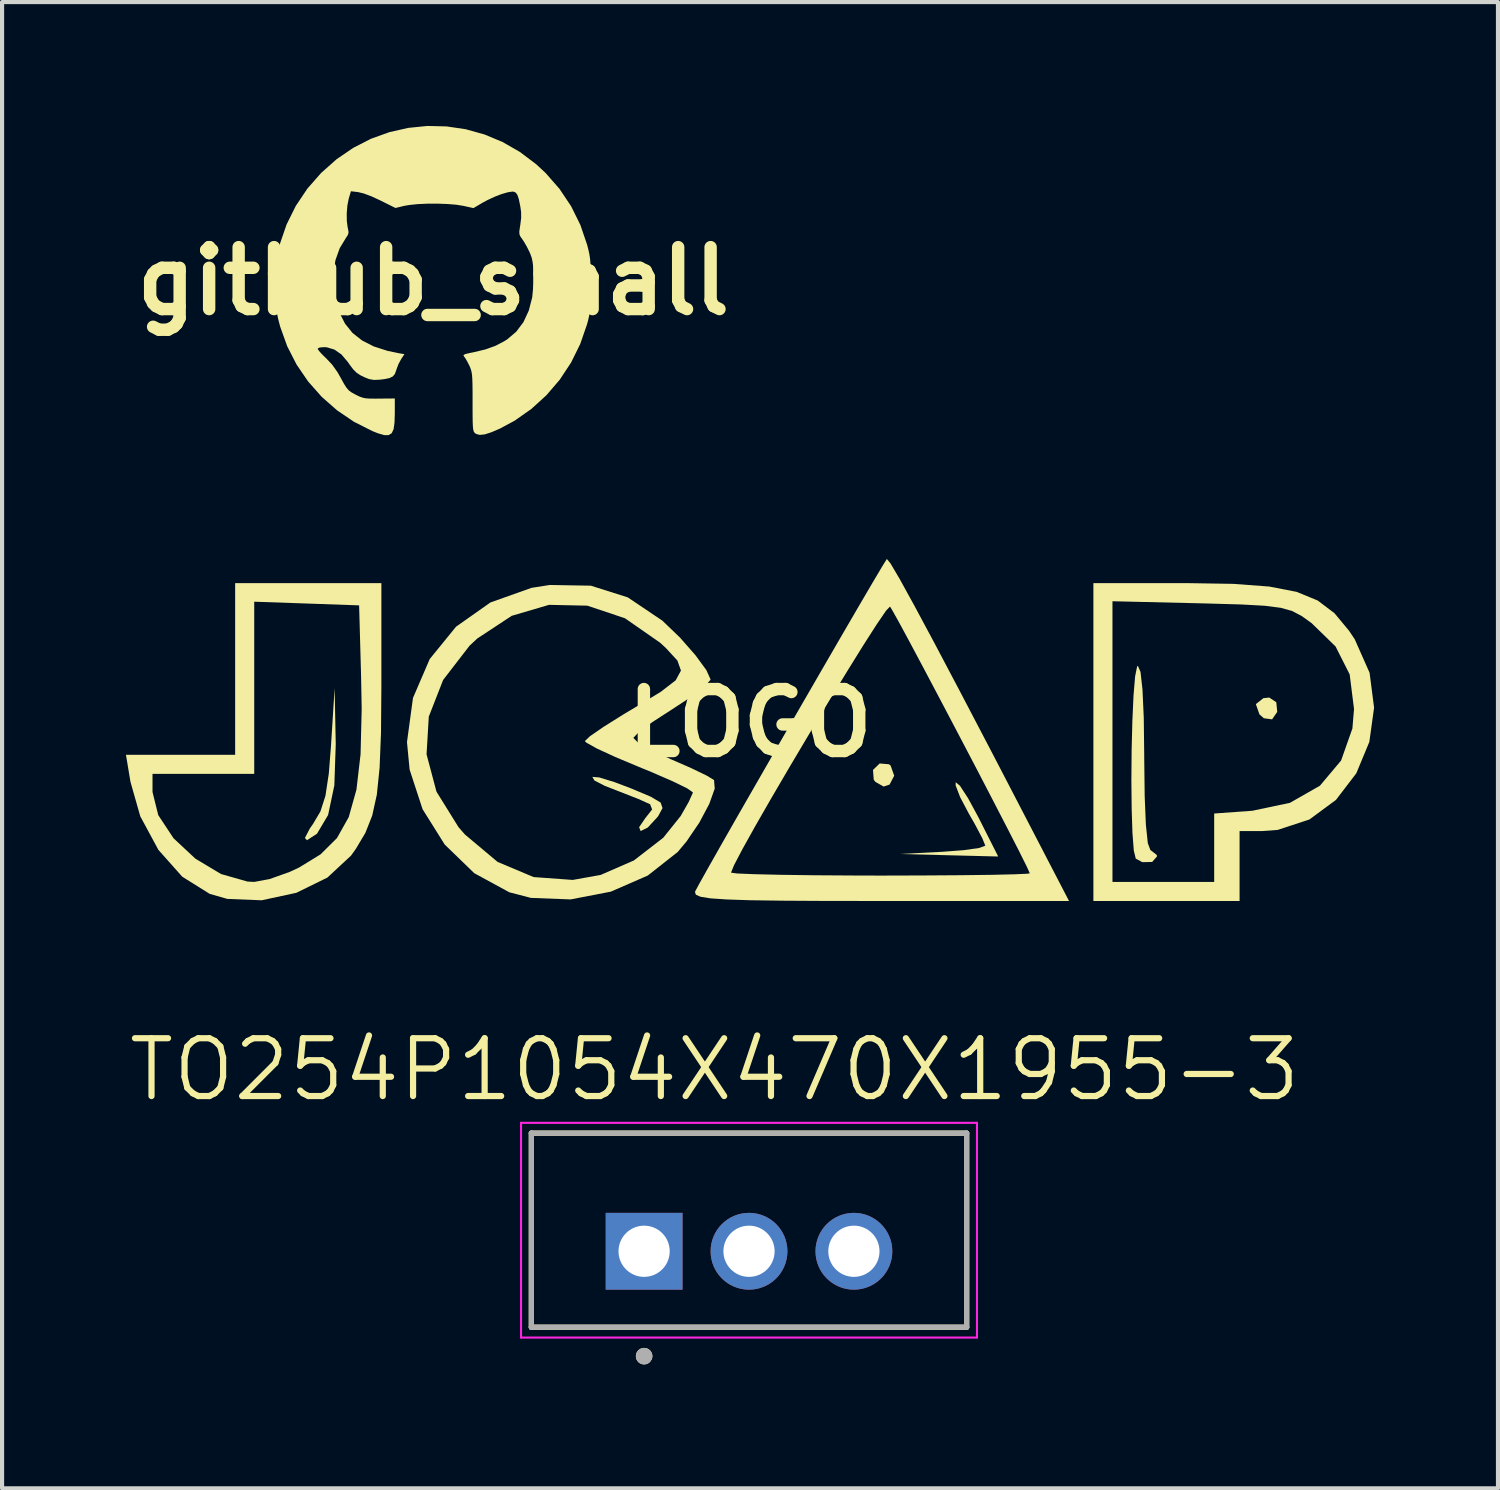
<source format=kicad_pcb>
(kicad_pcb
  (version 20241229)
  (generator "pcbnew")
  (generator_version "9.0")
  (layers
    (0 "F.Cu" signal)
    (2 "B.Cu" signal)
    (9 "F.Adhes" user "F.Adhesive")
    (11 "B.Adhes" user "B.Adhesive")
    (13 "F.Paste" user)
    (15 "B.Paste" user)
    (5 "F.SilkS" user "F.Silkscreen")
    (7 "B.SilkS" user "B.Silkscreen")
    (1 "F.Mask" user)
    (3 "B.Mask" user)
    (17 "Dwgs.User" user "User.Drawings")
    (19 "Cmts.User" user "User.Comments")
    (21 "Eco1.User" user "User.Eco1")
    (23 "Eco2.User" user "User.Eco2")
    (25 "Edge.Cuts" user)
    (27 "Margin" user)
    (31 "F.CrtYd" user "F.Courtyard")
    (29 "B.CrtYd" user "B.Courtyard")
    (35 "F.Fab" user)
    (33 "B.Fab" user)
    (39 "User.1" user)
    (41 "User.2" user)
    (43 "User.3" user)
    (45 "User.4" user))
  (footprint "github_small"
    (layer "F.Cu")
    (at 7.443 3.756)
    (property "Reference" "github_small" (at 0 0 0) (layer "F.SilkS") (effects (font (size 1.5 1.5) (thickness 0.3))))
    (attr board_only exclude_from_pos_files exclude_from_bom)
    (fp_poly (pts (xy 0.32 -3.745) (xy 0.783 -3.677) (xy 1.236 -3.551) (xy 1.675 -3.368) (xy 2.094 -3.128) (xy 2.488 -2.831) (xy 2.717 -2.619) (xy 3.054 -2.234) (xy 3.336 -1.813) (xy 3.56 -1.36) (xy 3.724 -0.879) (xy 3.725 -0.876) (xy 3.756 -0.754) (xy 3.779 -0.648) (xy 3.795 -0.541) (xy 3.805 -0.421) (xy 3.81 -0.273) (xy 3.812 -0.082) (xy 3.813 0.083) (xy 3.812 0.311) (xy 3.809 0.485) (xy 3.803 0.622) (xy 3.791 0.735) (xy 3.774 0.838) (xy 3.749 0.946) (xy 3.721 1.05) (xy 3.557 1.524) (xy 3.336 1.972) (xy 3.062 2.387) (xy 2.74 2.763) (xy 2.374 3.096) (xy 1.97 3.38) (xy 1.611 3.573) (xy 1.406 3.661) (xy 1.247 3.712) (xy 1.127 3.725) (xy 1.039 3.703) (xy 1.017 3.689) (xy 0.995 3.669) (xy 0.978 3.64) (xy 0.966 3.595) (xy 0.958 3.523) (xy 0.953 3.416) (xy 0.951 3.265) (xy 0.95 3.061) (xy 0.95 2.928) (xy 0.95 2.69) (xy 0.948 2.509) (xy 0.944 2.373) (xy 0.937 2.273) (xy 0.925 2.198) (xy 0.909 2.137) (xy 0.887 2.08) (xy 0.874 2.051) (xy 0.821 1.947) (xy 0.771 1.862) (xy 0.748 1.832) (xy 0.73 1.804) (xy 0.741 1.783) (xy 0.789 1.764) (xy 0.887 1.741) (xy 0.983 1.722) (xy 1.265 1.654) (xy 1.502 1.569) (xy 1.715 1.458) (xy 1.788 1.412) (xy 2.007 1.227) (xy 2.182 0.994) (xy 2.311 0.716) (xy 2.394 0.396) (xy 2.429 0.036) (xy 2.428 -0.16) (xy 2.419 -0.335) (xy 2.404 -0.464) (xy 2.381 -0.568) (xy 2.344 -0.668) (xy 2.323 -0.715) (xy 2.26 -0.84) (xy 2.193 -0.956) (xy 2.148 -1.022) (xy 2.106 -1.082) (xy 2.085 -1.134) (xy 2.082 -1.2) (xy 2.096 -1.301) (xy 2.106 -1.362) (xy 2.127 -1.53) (xy 2.125 -1.678) (xy 2.104 -1.819) (xy 2.071 -1.979) (xy 2.038 -2.082) (xy 1.998 -2.14) (xy 1.946 -2.164) (xy 1.914 -2.167) (xy 1.802 -2.15) (xy 1.651 -2.106) (xy 1.48 -2.04) (xy 1.307 -1.959) (xy 1.194 -1.898) (xy 0.972 -1.767) (xy 0.727 -1.821) (xy 0.555 -1.849) (xy 0.339 -1.866) (xy 0.097 -1.875) (xy -0.15 -1.874) (xy -0.384 -1.863) (xy -0.585 -1.842) (xy -0.7 -1.822) (xy -0.917 -1.77) (xy -1.283 -1.952) (xy -1.502 -2.053) (xy -1.684 -2.121) (xy -1.82 -2.154) (xy -1.823 -2.154) (xy -1.995 -2.175) (xy -2.048 -1.998) (xy -2.081 -1.833) (xy -2.097 -1.643) (xy -2.095 -1.454) (xy -2.074 -1.295) (xy -2.067 -1.269) (xy -2.052 -1.182) (xy -2.071 -1.113) (xy -2.112 -1.052) (xy -2.267 -0.796) (xy -2.371 -0.504) (xy -2.42 -0.188) (xy -2.417 0.083) (xy -2.366 0.449) (xy -2.274 0.764) (xy -2.138 1.032) (xy -1.957 1.256) (xy -1.726 1.438) (xy -1.444 1.582) (xy -1.107 1.691) (xy -0.825 1.749) (xy -0.701 1.77) (xy -0.781 1.893) (xy -0.844 2.01) (xy -0.893 2.14) (xy -0.899 2.16) (xy -0.931 2.249) (xy -0.981 2.309) (xy -1.062 2.349) (xy -1.188 2.375) (xy -1.299 2.388) (xy -1.438 2.394) (xy -1.553 2.374) (xy -1.651 2.336) (xy -1.769 2.279) (xy -1.86 2.218) (xy -1.94 2.138) (xy -2.027 2.023) (xy -2.071 1.959) (xy -2.225 1.777) (xy -2.395 1.659) (xy -2.579 1.604) (xy -2.645 1.6) (xy -2.749 1.608) (xy -2.798 1.632) (xy -2.8 1.64) (xy -2.777 1.68) (xy -2.716 1.751) (xy -2.628 1.839) (xy -2.6 1.865) (xy -2.452 2.021) (xy -2.322 2.204) (xy -2.239 2.35) (xy -2.163 2.489) (xy -2.103 2.583) (xy -2.047 2.647) (xy -1.981 2.696) (xy -1.892 2.745) (xy -1.883 2.75) (xy -1.794 2.794) (xy -1.718 2.822) (xy -1.637 2.839) (xy -1.533 2.846) (xy -1.389 2.847) (xy -1.311 2.846) (xy -0.933 2.843) (xy -0.933 3.214) (xy -0.94 3.43) (xy -0.962 3.585) (xy -1.007 3.683) (xy -1.081 3.73) (xy -1.189 3.73) (xy -1.338 3.687) (xy -1.472 3.634) (xy -1.919 3.409) (xy -2.331 3.13) (xy -2.704 2.802) (xy -3.032 2.431) (xy -3.312 2.021) (xy -3.538 1.579) (xy -3.707 1.108) (xy -3.723 1.05) (xy -3.755 0.926) (xy -3.778 0.818) (xy -3.794 0.712) (xy -3.804 0.593) (xy -3.81 0.446) (xy -3.812 0.258) (xy -3.813 0.083) (xy -3.812 -0.144) (xy -3.809 -0.319) (xy -3.803 -0.455) (xy -3.791 -0.568) (xy -3.774 -0.672) (xy -3.749 -0.78) (xy -3.721 -0.883) (xy -3.554 -1.369) (xy -3.33 -1.821) (xy -3.049 -2.24) (xy -2.717 -2.618) (xy -2.342 -2.951) (xy -1.939 -3.226) (xy -1.512 -3.445) (xy -1.067 -3.605) (xy -0.61 -3.709) (xy -0.146 -3.756)) (stroke (width 0) (type solid)) (fill yes) (layer "F.SilkS")))
  (footprint "TO254P1054X470X1955-3"
    (layer "F.Cu")
    (at 15.087 27.249)
    (property "Reference" "TO254P1054X470X1955-3" (at -0.835 -4.399 0) (layer "F.SilkS") (effects (font (size 1.4 1.4) (thickness 0.15))))
    (attr through_hole)
    (fp_line (start -5.27 -2.86) (end -5.27 1.84) (stroke (width 0.127) (type solid)) (layer "F.SilkS"))
    (fp_line (start -5.27 1.84) (end 5.27 1.84) (stroke (width 0.127) (type solid)) (layer "F.SilkS"))
    (fp_line (start 5.27 -2.86) (end -5.27 -2.86) (stroke (width 0.127) (type solid)) (layer "F.SilkS"))
    (fp_line (start 5.27 1.84) (end 5.27 -2.86) (stroke (width 0.127) (type solid)) (layer "F.SilkS"))
    (fp_circle (center -2.54 2.54) (end -2.44 2.54) (stroke (width 0.2) (type solid)) (fill no) (layer "F.SilkS"))
    (fp_line (start -5.52 -3.11) (end -5.52 2.09) (stroke (width 0.05) (type solid)) (layer "F.CrtYd"))
    (fp_line (start -5.52 2.09) (end 5.52 2.09) (stroke (width 0.05) (type solid)) (layer "F.CrtYd"))
    (fp_line (start 5.52 -3.11) (end -5.52 -3.11) (stroke (width 0.05) (type solid)) (layer "F.CrtYd"))
    (fp_line (start 5.52 2.09) (end 5.52 -3.11) (stroke (width 0.05) (type solid)) (layer "F.CrtYd"))
    (fp_line (start -5.27 -2.86) (end -5.27 1.84) (stroke (width 0.127) (type solid)) (layer "F.Fab"))
    (fp_line (start -5.27 1.84) (end 5.27 1.84) (stroke (width 0.127) (type solid)) (layer "F.Fab"))
    (fp_line (start 5.27 -2.86) (end -5.27 -2.86) (stroke (width 0.127) (type solid)) (layer "F.Fab"))
    (fp_line (start 5.27 1.84) (end 5.27 -2.86) (stroke (width 0.127) (type solid)) (layer "F.Fab"))
    (fp_circle (center -2.54 2.54) (end -2.44 2.54) (stroke (width 0.2) (type solid)) (fill no) (layer "F.Fab"))
    (pad "1" thru_hole rect (at -2.54 0) (size 1.86 1.86) (drill 1.24) (layers "*.Cu" "*.Mask"))
    (pad "2" thru_hole circle (at 0 0) (size 1.86 1.86) (drill 1.24) (layers "*.Cu" "*.Mask"))
    (pad "3" thru_hole circle (at 2.54 0) (size 1.86 1.86) (drill 1.24) (layers "*.Cu" "*.Mask")))
  (footprint "LOGO"
    (layer "F.Cu")
    (at 15.113 14.457)
    (property "Reference" "LOGO" (at 0 0 0) (layer "F.SilkS") (effects (font (size 1.5 1.5) (thickness 0.3))))
    (attr board_only exclude_from_pos_files exclude_from_bom)
    (fp_poly (pts (xy 12.742 -0.502) (xy 12.765 -0.269) (xy 12.64 -0.088) (xy 12.441 -0.115) (xy 12.334 -0.208) (xy 12.247 -0.457) (xy 12.429 -0.601) (xy 12.572 -0.616)) (stroke (width 0) (type solid)) (fill yes) (layer "F.SilkS"))
    (fp_poly (pts (xy 3.362 0.999) (xy 3.404 1.033) (xy 3.49 1.276) (xy 3.378 1.491) (xy 3.233 1.539) (xy 3.035 1.427) (xy 2.994 1.372) (xy 2.976 1.137) (xy 3.138 0.98)) (stroke (width 0) (type solid)) (fill yes) (layer "F.SilkS"))
    (fp_poly (pts (xy -10.033 0.515) (xy -10.067 1.51) (xy -10.218 2.228) (xy -10.487 2.681) (xy -10.731 2.839) (xy -10.78 2.784) (xy -10.66 2.554) (xy -10.585 2.447) (xy -10.404 2.142) (xy -10.282 1.761) (xy -10.201 1.223) (xy -10.149 0.565) (xy -10.06 -0.847)) (stroke (width 0) (type solid)) (fill yes) (layer "F.SilkS"))
    (fp_poly (pts (xy 5.082 1.52) (xy 5.277 1.819) (xy 5.521 2.269) (xy 5.534 2.294) (xy 6.008 3.233) (xy 4.813 3.203) (xy 3.618 3.172) (xy 4.657 3.119) (xy 5.177 3.079) (xy 5.55 3.026) (xy 5.696 2.971) (xy 5.696 2.97) (xy 5.624 2.793) (xy 5.441 2.446) (xy 5.297 2.195) (xy 5.086 1.795) (xy 4.978 1.513) (xy 4.979 1.435)) (stroke (width 0) (type solid)) (fill yes) (layer "F.SilkS"))
    (fp_poly (pts (xy -3.65 1.319) (xy -3.283 1.432) (xy -2.876 1.586) (xy -2.402 1.786) (xy -2.166 1.927) (xy -2.12 2.06) (xy -2.216 2.239) (xy -2.243 2.278) (xy -2.477 2.531) (xy -2.65 2.617) (xy -2.687 2.524) (xy -2.544 2.313) (xy -2.372 2.094) (xy -2.421 1.967) (xy -2.712 1.837) (xy -3.17 1.658) (xy -3.523 1.52) (xy -3.771 1.391) (xy -3.819 1.304)) (stroke (width 0) (type solid)) (fill yes) (layer "F.SilkS"))
    (fp_poly (pts (xy 9.454 -1.236) (xy 9.502 -0.807) (xy 9.533 -0.125) (xy 9.544 0.782) (xy 9.544 0.847) (xy 9.555 1.767) (xy 9.584 2.464) (xy 9.631 2.91) (xy 9.694 3.078) (xy 9.698 3.079) (xy 9.848 3.196) (xy 9.852 3.233) (xy 9.736 3.365) (xy 9.497 3.37) (xy 9.339 3.284) (xy 9.292 3.092) (xy 9.259 2.669) (xy 9.24 2.078) (xy 9.233 1.385) (xy 9.239 0.653) (xy 9.257 -0.052) (xy 9.285 -0.667) (xy 9.323 -1.126) (xy 9.371 -1.365) (xy 9.39 -1.385)) (stroke (width 0) (type solid)) (fill yes) (layer "F.SilkS"))
    (fp_poly (pts (xy 11.7 -3.369) (xy 12.571 -3.304) (xy 13.236 -3.175) (xy 13.746 -2.965) (xy 14.151 -2.658) (xy 14.502 -2.236) (xy 14.642 -2.026) (xy 15.001 -1.216) (xy 15.11 -0.371) (xy 14.995 0.458) (xy 14.679 1.219) (xy 14.187 1.862) (xy 13.545 2.336) (xy 12.776 2.589) (xy 12.4 2.617) (xy 11.853 2.617) (xy 11.853 3.464) (xy 11.853 4.31) (xy 10.083 4.31) (xy 8.313 4.31) (xy 8.313 0.462) (xy 8.313 -2.948) (xy 8.775 -2.948) (xy 8.775 0.45) (xy 8.775 3.848) (xy 10.006 3.848) (xy 11.238 3.848) (xy 11.238 3.02) (xy 11.238 2.192) (xy 12.163 2.125) (xy 13.073 1.933) (xy 13.798 1.519) (xy 14.311 0.909) (xy 14.585 0.133) (xy 14.624 -0.338) (xy 14.519 -1.176) (xy 14.177 -1.853) (xy 13.598 -2.417) (xy 13.359 -2.589) (xy 13.13 -2.71) (xy 12.851 -2.789) (xy 12.459 -2.839) (xy 11.895 -2.87) (xy 11.095 -2.893) (xy 10.904 -2.898) (xy 8.775 -2.948) (xy 8.313 -2.948) (xy 8.313 -3.387) (xy 10.573 -3.387)) (stroke (width 0) (type solid)) (fill yes) (layer "F.SilkS"))
    (fp_poly (pts (xy -8.928 -0.87) (xy -8.937 0.233) (xy -8.971 1.083) (xy -9.038 1.735) (xy -9.15 2.243) (xy -9.316 2.662) (xy -9.545 3.046) (xy -9.663 3.211) (xy -10.235 3.743) (xy -10.987 4.112) (xy -11.826 4.293) (xy -12.657 4.26) (xy -13.085 4.138) (xy -13.75 3.722) (xy -14.328 3.072) (xy -14.766 2.26) (xy -14.934 1.671) (xy -14.47 1.671) (xy -14.331 2.231) (xy -13.961 2.791) (xy -13.43 3.287) (xy -12.809 3.658) (xy -12.168 3.84) (xy -12.007 3.848) (xy -11.634 3.779) (xy -11.146 3.605) (xy -10.925 3.502) (xy -10.401 3.181) (xy -10.003 2.786) (xy -9.718 2.278) (xy -9.532 1.615) (xy -9.432 0.757) (xy -9.405 -0.339) (xy -9.42 -1.155) (xy -9.467 -2.848) (xy -10.737 -2.893) (xy -12.007 -2.937) (xy -12.007 -0.853) (xy -12.007 1.232) (xy -13.239 1.232) (xy -14.47 1.232) (xy -14.47 1.671) (xy -14.934 1.671) (xy -15.004 1.424) (xy -15.113 0.77) (xy -13.791 0.77) (xy -12.469 0.77) (xy -12.469 -1.308) (xy -12.469 -3.387) (xy -10.699 -3.387) (xy -8.928 -3.387)) (stroke (width 0) (type solid)) (fill yes) (layer "F.SilkS"))
    (fp_poly (pts (xy 3.4 -3.864) (xy 3.622 -3.488) (xy 3.977 -2.843) (xy 4.468 -1.928) (xy 5.095 -0.74) (xy 5.859 0.72) (xy 6.305 1.578) (xy 7.723 4.31) (xy 3.152 4.31) (xy 1.837 4.309) (xy 0.798 4.303) (xy 0.006 4.292) (xy -0.57 4.273) (xy -0.962 4.246) (xy -1.199 4.208) (xy -1.313 4.158) (xy -1.334 4.094) (xy -1.329 4.077) (xy -1.238 3.906) (xy -1.08 3.624) (xy -0.462 3.624) (xy -0.315 3.644) (xy 0.097 3.661) (xy 0.732 3.676) (xy 1.548 3.687) (xy 2.501 3.693) (xy 3.156 3.695) (xy 4.174 3.692) (xy 5.082 3.686) (xy 5.836 3.677) (xy 6.394 3.664) (xy 6.714 3.65) (xy 6.773 3.64) (xy 6.705 3.488) (xy 6.517 3.11) (xy 6.232 2.553) (xy 5.876 1.864) (xy 5.474 1.09) (xy 5.048 0.277) (xy 4.624 -0.529) (xy 4.227 -1.28) (xy 3.88 -1.931) (xy 3.608 -2.435) (xy 3.435 -2.744) (xy 3.388 -2.82) (xy 3.292 -2.719) (xy 3.07 -2.394) (xy 2.746 -1.889) (xy 2.347 -1.246) (xy 1.898 -0.511) (xy 1.425 0.276) (xy 0.954 1.069) (xy 0.511 1.826) (xy 0.122 2.503) (xy -0.187 3.058) (xy -0.39 3.446) (xy -0.462 3.624) (xy -1.08 3.624) (xy -1.017 3.511) (xy -0.689 2.932) (xy -0.277 2.21) (xy 0.196 1.387) (xy 0.704 0.502) (xy 1.226 -0.403) (xy 1.737 -1.287) (xy 2.214 -2.11) (xy 2.634 -2.831) (xy 2.972 -3.408) (xy 3.206 -3.802) (xy 3.311 -3.97) (xy 3.312 -3.972)) (stroke (width 0) (type solid)) (fill yes) (layer "F.SilkS"))
    (fp_poly (pts (xy -3.856 -3.325) (xy -2.962 -3.042) (xy -2.124 -2.478) (xy -1.697 -2.068) (xy -1.322 -1.64) (xy -1.059 -1.281) (xy -0.959 -1.06) (xy -0.961 -1.042) (xy -1.116 -0.874) (xy -1.462 -0.61) (xy -1.914 -0.314) (xy -2.366 -0.022) (xy -2.694 0.22) (xy -2.827 0.36) (xy -2.827 0.36) (xy -2.707 0.481) (xy -2.374 0.669) (xy -1.924 0.875) (xy -1.427 1.092) (xy -1.045 1.277) (xy -0.873 1.382) (xy -0.856 1.589) (xy -0.988 1.959) (xy -1.229 2.412) (xy -1.538 2.867) (xy -1.753 3.124) (xy -2.477 3.694) (xy -3.372 4.084) (xy -4.346 4.272) (xy -5.307 4.235) (xy -5.829 4.1) (xy -6.679 3.637) (xy -7.394 2.944) (xy -7.931 2.087) (xy -8.244 1.13) (xy -8.28 0.759) (xy -7.834 0.759) (xy -7.594 1.663) (xy -7.059 2.524) (xy -6.904 2.701) (xy -6.114 3.364) (xy -5.242 3.731) (xy -4.294 3.8) (xy -3.618 3.679) (xy -2.813 3.328) (xy -2.103 2.779) (xy -1.681 2.253) (xy -1.487 1.913) (xy -1.389 1.697) (xy -1.386 1.679) (xy -1.519 1.585) (xy -1.875 1.411) (xy -2.391 1.187) (xy -2.693 1.063) (xy -3.266 0.823) (xy -3.712 0.617) (xy -3.966 0.475) (xy -4.001 0.438) (xy -3.878 0.321) (xy -3.546 0.092) (xy -3.064 -0.21) (xy -2.773 -0.384) (xy -2.161 -0.756) (xy -1.801 -1.034) (xy -1.674 -1.269) (xy -1.76 -1.512) (xy -2.039 -1.815) (xy -2.18 -1.945) (xy -3.03 -2.536) (xy -3.941 -2.841) (xy -4.869 -2.861) (xy -5.772 -2.595) (xy -6.607 -2.045) (xy -6.794 -1.87) (xy -7.433 -1.042) (xy -7.78 -0.154) (xy -7.834 0.759) (xy -8.28 0.759) (xy -8.308 0.462) (xy -8.163 -0.606) (xy -7.757 -1.549) (xy -7.12 -2.332) (xy -6.287 -2.919) (xy -5.291 -3.273) (xy -4.85 -3.342)) (stroke (width 0) (type solid)) (fill yes) (layer "F.SilkS")))
  (gr_rect
    (start -3 -3)
    (end 33.223 32.989)
    (stroke (width 0.1) (type default))
    (fill no)
    (layer "Edge.Cuts")))
</source>
